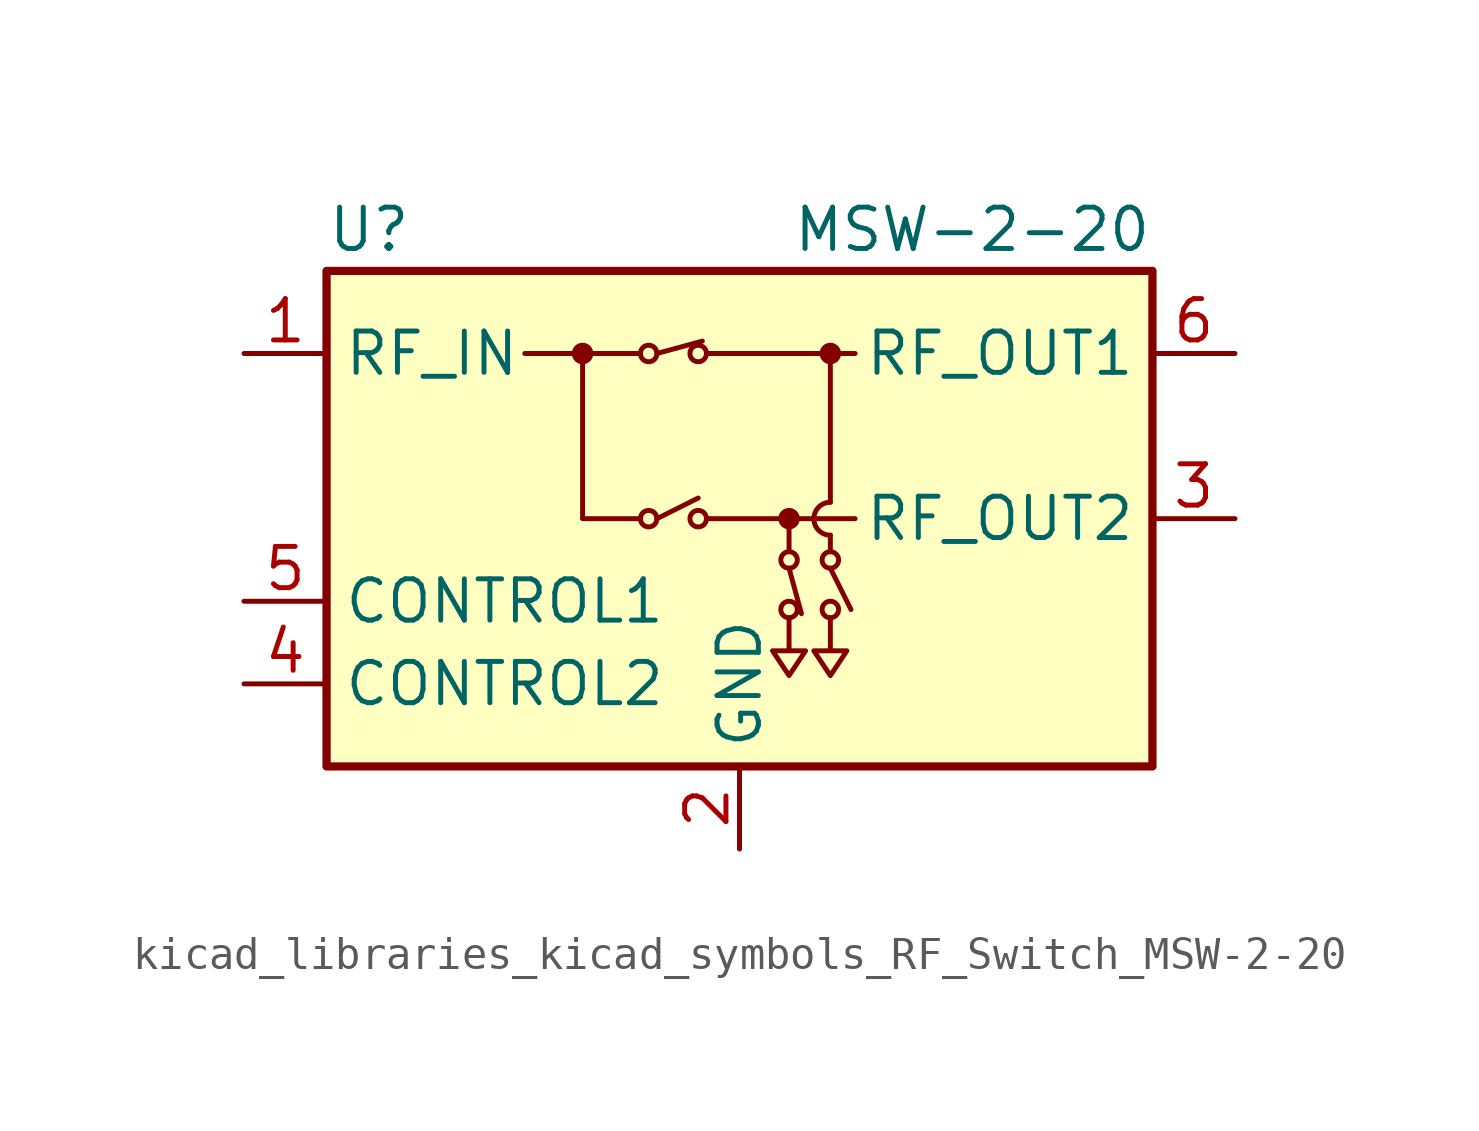
<source format=kicad_sym>
(kicad_symbol_lib
  (version 20220914)
  (generator kicad_symbol_editor)
  (symbol "kicad_libraries_kicad_symbols_RF_Switch_MSW-2-20"
    (property "Reference" "U"
      (at -12.7 8.89 0)
      (effects (font (size 1.27 1.27)) (justify left)))
    (property "Value" "MSW-2-20"
      (at 12.7 8.89 0)
      (effects (font (size 1.27 1.27)) (justify right)))
    (symbol "kicad_libraries_kicad_symbols_RF_Switch_MSW-2-20_0_1"
      (rectangle (start -12.7 7.62) (end 12.7 -7.62) (stroke (width 0.254) (type default)) (fill (type background)))
      (circle (center -4.826 5.08) (radius 0.254) (stroke (width 0) (type default)) (fill (type outline)))
      (circle (center -2.794 0) (radius 0.254) (stroke (width 0) (type default)) (fill (type none)))
      (circle (center -2.794 5.08) (radius 0.254) (stroke (width 0) (type default)) (fill (type none)))
      (circle (center -1.27 0) (radius 0.254) (stroke (width 0) (type default)) (fill (type none)))
      (circle (center -1.27 5.08) (radius 0.254) (stroke (width 0) (type default)) (fill (type none)))
      (polyline (pts (xy -3.048 5.08) (xy -6.604 5.08)) (stroke (width 0) (type default)) (fill (type none)))
      (polyline (pts (xy -2.54 0) (xy -1.27 0.635)) (stroke (width 0) (type default)) (fill (type none)))
      (polyline (pts (xy -2.54 5.08) (xy -1.143 5.461)) (stroke (width 0) (type default)) (fill (type none)))
      (polyline (pts (xy -1.016 0) (xy 3.556 0)) (stroke (width 0) (type default)) (fill (type none)))
      (polyline (pts (xy -1.016 5.08) (xy 3.556 5.08)) (stroke (width 0) (type default)) (fill (type none)))
      (polyline (pts (xy 1.524 -1.524) (xy 1.905 -2.921)) (stroke (width 0) (type default)) (fill (type none)))
      (polyline (pts (xy 1.524 -1.016) (xy 1.524 0)) (stroke (width 0) (type default)) (fill (type none)))
      (polyline (pts (xy 2.794 -1.524) (xy 3.429 -2.794)) (stroke (width 0) (type default)) (fill (type none)))
      (polyline (pts (xy 2.794 -0.508) (xy 2.794 -1.016)) (stroke (width 0) (type default)) (fill (type none)))
      (polyline (pts (xy 2.794 5.08) (xy 2.794 0.508)) (stroke (width 0) (type default)) (fill (type none)))
      (polyline (pts (xy -4.826 5.08) (xy -4.826 0) (xy -3.048 0)) (stroke (width 0) (type default)) (fill (type none)))
      (polyline (pts (xy 1.524 -3.048) (xy 1.524 -4.064) (xy 1.016 -4.064) (xy 1.524 -4.826) (xy 2.032 -4.064) (xy 1.524 -4.064)) (stroke (width 0) (type default)) (fill (type none)))
      (polyline (pts (xy 2.794 -3.048) (xy 2.794 -4.064) (xy 2.286 -4.064) (xy 2.794 -4.826) (xy 3.302 -4.064) (xy 2.794 -4.064)) (stroke (width 0) (type default)) (fill (type none)))
      (circle (center 1.524 -2.794) (radius 0.254) (stroke (width 0) (type default)) (fill (type none)))
      (circle (center 1.524 -1.27) (radius 0.254) (stroke (width 0) (type default)) (fill (type none)))
      (circle (center 1.524 0) (radius 0.254) (stroke (width 0) (type default)) (fill (type outline)))
      (circle (center 2.794 -2.794) (radius 0.254) (stroke (width 0) (type default)) (fill (type none)))
      (circle (center 2.794 -1.27) (radius 0.254) (stroke (width 0) (type default)) (fill (type none)))
      (arc (start 2.794 0.508) (mid 2.2882 0) (end 2.794 -0.508) (stroke (width 0) (type default)) (fill (type none)))
      (circle (center 2.794 5.08) (radius 0.254) (stroke (width 0) (type default)) (fill (type outline))))
    (symbol "kicad_libraries_kicad_symbols_RF_Switch_MSW-2-20_1_1"
      (pin passive line (at -15.24 5.08 0) (length 2.54) (name "RF_IN" (effects (font (size 1.27 1.27)))) (number "1" (effects (font (size 1.27 1.27)))))
      (pin power_in line (at 0 -10.16 90) (length 2.54) (name "GND" (effects (font (size 1.27 1.27)))) (number "2" (effects (font (size 1.27 1.27)))))
      (pin passive line (at 15.24 0 180) (length 2.54) (name "RF_OUT2" (effects (font (size 1.27 1.27)))) (number "3" (effects (font (size 1.27 1.27)))))
      (pin input line (at -15.24 -5.08 0) (length 2.54) (name "CONTROL2" (effects (font (size 1.27 1.27)))) (number "4" (effects (font (size 1.27 1.27)))))
      (pin input line (at -15.24 -2.54 0) (length 2.54) (name "CONTROL1" (effects (font (size 1.27 1.27)))) (number "5" (effects (font (size 1.27 1.27)))))
      (pin passive line (at 15.24 5.08 180) (length 2.54) (name "RF_OUT1" (effects (font (size 1.27 1.27)))) (number "6" (effects (font (size 1.27 1.27)))))
      (pin passive line (at 0 -10.16 90) (length 2.54) hide (name "GND" (effects (font (size 1.27 1.27)))) (number "7" (effects (font (size 1.27 1.27)))))
      (pin passive line (at 0 -10.16 90) (length 2.54) hide (name "GND" (effects (font (size 1.27 1.27)))) (number "8" (effects (font (size 1.27 1.27))))))))
</source>
